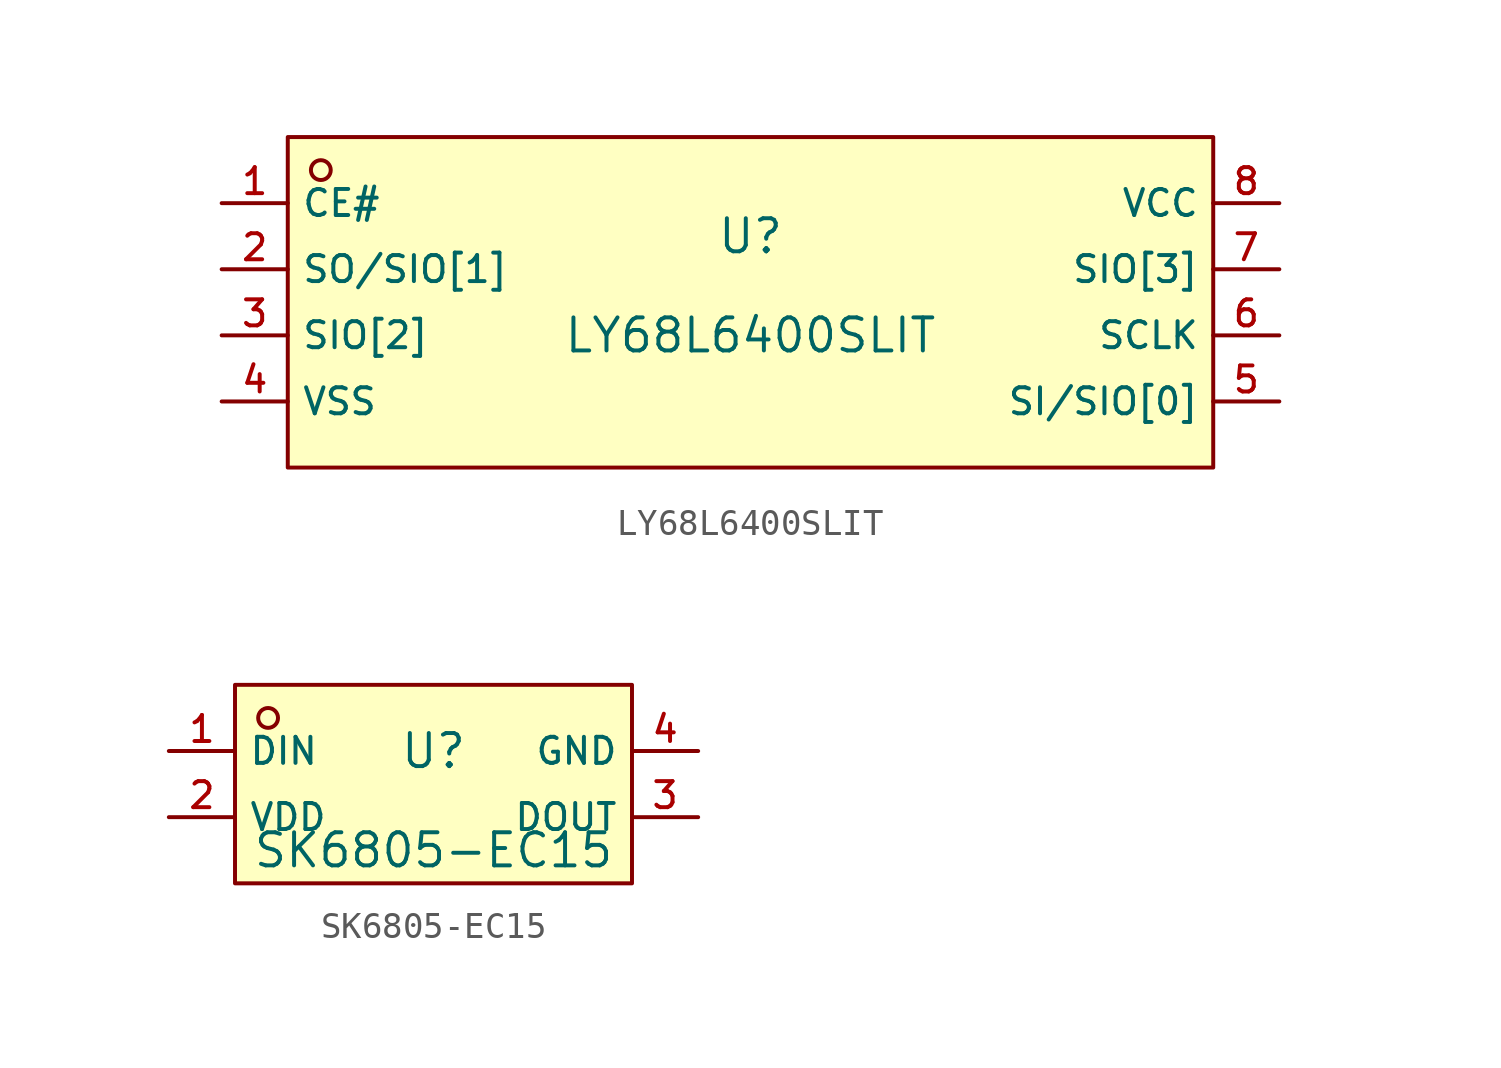
<source format=kicad_sym>
(kicad_symbol_lib
  (version 20210201)
  (generator TousstNicolas/JLC2KiCad_lib)
  (symbol "LY68L6400SLIT"
    (property "Reference" "U"
      (at 0 1.27 0)
      (effects (font (size 1.27 1.27))))
    (property "Value" "LY68L6400SLIT"
      (at 0 -2.54 0)
      (effects (font (size 1.27 1.27))))
    (symbol "LY68L6400SLIT_0_1"
      (rectangle (start -17.78 5.08) (end 17.78 -7.62) (stroke (width 0) (type default) (color 0 0 0 0)) (fill (type background)))
      (circle (center -16.51 3.81) (radius 0.381) (stroke (width 0) (type default) (color 0 0 0 0)) (fill (type background)))
      (pin unspecified line (at -20.32 2.54 0) (length 2.54) (name "CE#" (effects (font (size 1 1)))) (number "1" (effects (font (size 1 1)))))
      (pin unspecified line (at -20.32 -0.0 0) (length 2.54) (name "SO/SIO[1]" (effects (font (size 1 1)))) (number "2" (effects (font (size 1 1)))))
      (pin unspecified line (at -20.32 -2.54 0) (length 2.54) (name "SIO[2]" (effects (font (size 1 1)))) (number "3" (effects (font (size 1 1)))))
      (pin unspecified line (at -20.32 -5.08 0) (length 2.54) (name "VSS" (effects (font (size 1 1)))) (number "4" (effects (font (size 1 1)))))
      (pin unspecified line (at 20.32 -5.08 180) (length 2.54) (name "SI/SIO[0]" (effects (font (size 1 1)))) (number "5" (effects (font (size 1 1)))))
      (pin unspecified line (at 20.32 -2.54 180) (length 2.54) (name "SCLK" (effects (font (size 1 1)))) (number "6" (effects (font (size 1 1)))))
      (pin unspecified line (at 20.32 -0.0 180) (length 2.54) (name "SIO[3]" (effects (font (size 1 1)))) (number "7" (effects (font (size 1 1)))))
      (pin unspecified line (at 20.32 2.54 180) (length 2.54) (name "VCC" (effects (font (size 1 1)))) (number "8" (effects (font (size 1 1)))))))
  (symbol "SK6805-EC15"
    (property "Reference" "U"
      (at 0 1.27 0)
      (effects (font (size 1.27 1.27))))
    (property "Value" "SK6805-EC15"
      (at 0 -2.54 0)
      (effects (font (size 1.27 1.27))))
    (symbol "SK6805-EC15_0_1"
      (rectangle (start -7.62 3.81) (end 7.62 -3.81) (stroke (width 0) (type default) (color 0 0 0 0)) (fill (type background)))
      (circle (center -6.35 2.54) (radius 0.381) (stroke (width 0) (type default) (color 0 0 0 0)) (fill (type background)))
      (pin unspecified line (at -10.16 1.27 0) (length 2.54) (name "DIN" (effects (font (size 1 1)))) (number "1" (effects (font (size 1 1)))))
      (pin unspecified line (at -10.16 -1.27 0) (length 2.54) (name "VDD" (effects (font (size 1 1)))) (number "2" (effects (font (size 1 1)))))
      (pin unspecified line (at 10.16 -1.27 180) (length 2.54) (name "DOUT" (effects (font (size 1 1)))) (number "3" (effects (font (size 1 1)))))
      (pin unspecified line (at 10.16 1.27 180) (length 2.54) (name "GND" (effects (font (size 1 1)))) (number "4" (effects (font (size 1 1))))))))
</source>
